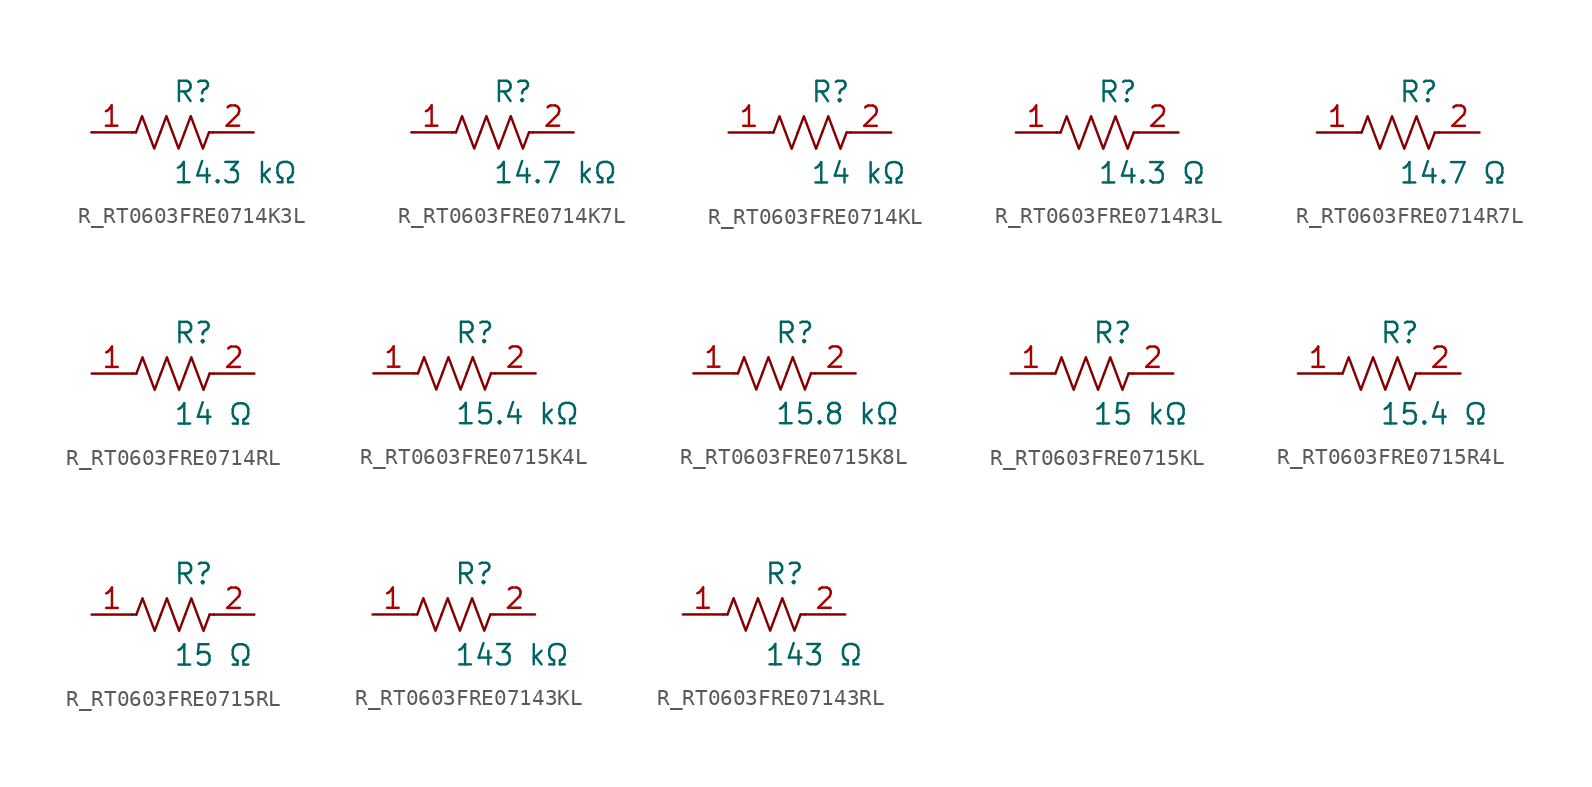
<source format=kicad_sym>
(kicad_symbol_lib
  (version 20231120)
  (generator kicad_symbol_editor)
  (generator_version 8.0)
  (symbol "R_RT0603FRE0714K3L"
    (pin_names
      (offset 0.254))
    (property "Reference" "R"
      (at 0.0 2.54 0)
      (effects (font (size 1.27 1.27)) (justify left)))
    (property "Value" "14.3 kΩ"
      (at 0.0 -2.54 0)
      (effects (font (size 1.27 1.27)) (justify left)))
    (symbol "R_RT0603FRE0714K3L_0_1"
      (polyline (pts (xy 2.286 0) (xy 2.54 0)) (stroke (width 0) (type default)) (fill (type none)))
      (polyline (pts (xy -2.286 0) (xy -2.54 0)) (stroke (width 0) (type default)) (fill (type none)))
      (polyline (pts (xy 0.762 0) (xy 1.143 1.016) (xy 1.524 0) (xy 1.905 -1.016) (xy 2.286 0)) (stroke (width 0) (type default)) (fill (type none)))
      (polyline (pts (xy -0.762 0) (xy -0.381 1.016) (xy 0 0) (xy 0.381 -1.016) (xy 0.762 0)) (stroke (width 0) (type default)) (fill (type none)))
      (polyline (pts (xy -2.286 0) (xy -1.905 1.016) (xy -1.524 0) (xy -1.143 -1.016) (xy -0.762 0)) (stroke (width 0) (type default)) (fill (type none))))
    (pin unspecified line
      (at -5.08 0 0)
      (length 2.54)
      (name "" (effects (font (size 1.27 1.27))))
      (number "1" (effects (font (size 1.27 1.27)))))
    (pin unspecified line
      (at 5.08 0 180)
      (length 2.54)
      (name "" (effects (font (size 1.27 1.27))))
      (number "2" (effects (font (size 1.27 1.27))))))
  (symbol "R_RT0603FRE0714K7L"
    (pin_names
      (offset 0.254))
    (property "Reference" "R"
      (at 0.0 2.54 0)
      (effects (font (size 1.27 1.27)) (justify left)))
    (property "Value" "14.7 kΩ"
      (at 0.0 -2.54 0)
      (effects (font (size 1.27 1.27)) (justify left)))
    (symbol "R_RT0603FRE0714K7L_0_1"
      (polyline (pts (xy 2.286 0) (xy 2.54 0)) (stroke (width 0) (type default)) (fill (type none)))
      (polyline (pts (xy -2.286 0) (xy -2.54 0)) (stroke (width 0) (type default)) (fill (type none)))
      (polyline (pts (xy 0.762 0) (xy 1.143 1.016) (xy 1.524 0) (xy 1.905 -1.016) (xy 2.286 0)) (stroke (width 0) (type default)) (fill (type none)))
      (polyline (pts (xy -0.762 0) (xy -0.381 1.016) (xy 0 0) (xy 0.381 -1.016) (xy 0.762 0)) (stroke (width 0) (type default)) (fill (type none)))
      (polyline (pts (xy -2.286 0) (xy -1.905 1.016) (xy -1.524 0) (xy -1.143 -1.016) (xy -0.762 0)) (stroke (width 0) (type default)) (fill (type none))))
    (pin unspecified line
      (at -5.08 0 0)
      (length 2.54)
      (name "" (effects (font (size 1.27 1.27))))
      (number "1" (effects (font (size 1.27 1.27)))))
    (pin unspecified line
      (at 5.08 0 180)
      (length 2.54)
      (name "" (effects (font (size 1.27 1.27))))
      (number "2" (effects (font (size 1.27 1.27))))))
  (symbol "R_RT0603FRE0714KL"
    (pin_names
      (offset 0.254))
    (property "Reference" "R"
      (at 0.0 2.54 0)
      (effects (font (size 1.27 1.27)) (justify left)))
    (property "Value" "14 kΩ"
      (at 0.0 -2.54 0)
      (effects (font (size 1.27 1.27)) (justify left)))
    (symbol "R_RT0603FRE0714KL_0_1"
      (polyline (pts (xy 2.286 0) (xy 2.54 0)) (stroke (width 0) (type default)) (fill (type none)))
      (polyline (pts (xy -2.286 0) (xy -2.54 0)) (stroke (width 0) (type default)) (fill (type none)))
      (polyline (pts (xy 0.762 0) (xy 1.143 1.016) (xy 1.524 0) (xy 1.905 -1.016) (xy 2.286 0)) (stroke (width 0) (type default)) (fill (type none)))
      (polyline (pts (xy -0.762 0) (xy -0.381 1.016) (xy 0 0) (xy 0.381 -1.016) (xy 0.762 0)) (stroke (width 0) (type default)) (fill (type none)))
      (polyline (pts (xy -2.286 0) (xy -1.905 1.016) (xy -1.524 0) (xy -1.143 -1.016) (xy -0.762 0)) (stroke (width 0) (type default)) (fill (type none))))
    (pin unspecified line
      (at -5.08 0 0)
      (length 2.54)
      (name "" (effects (font (size 1.27 1.27))))
      (number "1" (effects (font (size 1.27 1.27)))))
    (pin unspecified line
      (at 5.08 0 180)
      (length 2.54)
      (name "" (effects (font (size 1.27 1.27))))
      (number "2" (effects (font (size 1.27 1.27))))))
  (symbol "R_RT0603FRE0714R3L"
    (pin_names
      (offset 0.254))
    (property "Reference" "R"
      (at 0.0 2.54 0)
      (effects (font (size 1.27 1.27)) (justify left)))
    (property "Value" "14.3 Ω"
      (at 0.0 -2.54 0)
      (effects (font (size 1.27 1.27)) (justify left)))
    (symbol "R_RT0603FRE0714R3L_0_1"
      (polyline (pts (xy 2.286 0) (xy 2.54 0)) (stroke (width 0) (type default)) (fill (type none)))
      (polyline (pts (xy -2.286 0) (xy -2.54 0)) (stroke (width 0) (type default)) (fill (type none)))
      (polyline (pts (xy 0.762 0) (xy 1.143 1.016) (xy 1.524 0) (xy 1.905 -1.016) (xy 2.286 0)) (stroke (width 0) (type default)) (fill (type none)))
      (polyline (pts (xy -0.762 0) (xy -0.381 1.016) (xy 0 0) (xy 0.381 -1.016) (xy 0.762 0)) (stroke (width 0) (type default)) (fill (type none)))
      (polyline (pts (xy -2.286 0) (xy -1.905 1.016) (xy -1.524 0) (xy -1.143 -1.016) (xy -0.762 0)) (stroke (width 0) (type default)) (fill (type none))))
    (pin unspecified line
      (at -5.08 0 0)
      (length 2.54)
      (name "" (effects (font (size 1.27 1.27))))
      (number "1" (effects (font (size 1.27 1.27)))))
    (pin unspecified line
      (at 5.08 0 180)
      (length 2.54)
      (name "" (effects (font (size 1.27 1.27))))
      (number "2" (effects (font (size 1.27 1.27))))))
  (symbol "R_RT0603FRE0714R7L"
    (pin_names
      (offset 0.254))
    (property "Reference" "R"
      (at 0.0 2.54 0)
      (effects (font (size 1.27 1.27)) (justify left)))
    (property "Value" "14.7 Ω"
      (at 0.0 -2.54 0)
      (effects (font (size 1.27 1.27)) (justify left)))
    (symbol "R_RT0603FRE0714R7L_0_1"
      (polyline (pts (xy 2.286 0) (xy 2.54 0)) (stroke (width 0) (type default)) (fill (type none)))
      (polyline (pts (xy -2.286 0) (xy -2.54 0)) (stroke (width 0) (type default)) (fill (type none)))
      (polyline (pts (xy 0.762 0) (xy 1.143 1.016) (xy 1.524 0) (xy 1.905 -1.016) (xy 2.286 0)) (stroke (width 0) (type default)) (fill (type none)))
      (polyline (pts (xy -0.762 0) (xy -0.381 1.016) (xy 0 0) (xy 0.381 -1.016) (xy 0.762 0)) (stroke (width 0) (type default)) (fill (type none)))
      (polyline (pts (xy -2.286 0) (xy -1.905 1.016) (xy -1.524 0) (xy -1.143 -1.016) (xy -0.762 0)) (stroke (width 0) (type default)) (fill (type none))))
    (pin unspecified line
      (at -5.08 0 0)
      (length 2.54)
      (name "" (effects (font (size 1.27 1.27))))
      (number "1" (effects (font (size 1.27 1.27)))))
    (pin unspecified line
      (at 5.08 0 180)
      (length 2.54)
      (name "" (effects (font (size 1.27 1.27))))
      (number "2" (effects (font (size 1.27 1.27))))))
  (symbol "R_RT0603FRE0714RL"
    (pin_names
      (offset 0.254))
    (property "Reference" "R"
      (at 0.0 2.54 0)
      (effects (font (size 1.27 1.27)) (justify left)))
    (property "Value" "14 Ω"
      (at 0.0 -2.54 0)
      (effects (font (size 1.27 1.27)) (justify left)))
    (symbol "R_RT0603FRE0714RL_0_1"
      (polyline (pts (xy 2.286 0) (xy 2.54 0)) (stroke (width 0) (type default)) (fill (type none)))
      (polyline (pts (xy -2.286 0) (xy -2.54 0)) (stroke (width 0) (type default)) (fill (type none)))
      (polyline (pts (xy 0.762 0) (xy 1.143 1.016) (xy 1.524 0) (xy 1.905 -1.016) (xy 2.286 0)) (stroke (width 0) (type default)) (fill (type none)))
      (polyline (pts (xy -0.762 0) (xy -0.381 1.016) (xy 0 0) (xy 0.381 -1.016) (xy 0.762 0)) (stroke (width 0) (type default)) (fill (type none)))
      (polyline (pts (xy -2.286 0) (xy -1.905 1.016) (xy -1.524 0) (xy -1.143 -1.016) (xy -0.762 0)) (stroke (width 0) (type default)) (fill (type none))))
    (pin unspecified line
      (at -5.08 0 0)
      (length 2.54)
      (name "" (effects (font (size 1.27 1.27))))
      (number "1" (effects (font (size 1.27 1.27)))))
    (pin unspecified line
      (at 5.08 0 180)
      (length 2.54)
      (name "" (effects (font (size 1.27 1.27))))
      (number "2" (effects (font (size 1.27 1.27))))))
  (symbol "R_RT0603FRE0715K4L"
    (pin_names
      (offset 0.254))
    (property "Reference" "R"
      (at 0.0 2.54 0)
      (effects (font (size 1.27 1.27)) (justify left)))
    (property "Value" "15.4 kΩ"
      (at 0.0 -2.54 0)
      (effects (font (size 1.27 1.27)) (justify left)))
    (symbol "R_RT0603FRE0715K4L_0_1"
      (polyline (pts (xy 2.286 0) (xy 2.54 0)) (stroke (width 0) (type default)) (fill (type none)))
      (polyline (pts (xy -2.286 0) (xy -2.54 0)) (stroke (width 0) (type default)) (fill (type none)))
      (polyline (pts (xy 0.762 0) (xy 1.143 1.016) (xy 1.524 0) (xy 1.905 -1.016) (xy 2.286 0)) (stroke (width 0) (type default)) (fill (type none)))
      (polyline (pts (xy -0.762 0) (xy -0.381 1.016) (xy 0 0) (xy 0.381 -1.016) (xy 0.762 0)) (stroke (width 0) (type default)) (fill (type none)))
      (polyline (pts (xy -2.286 0) (xy -1.905 1.016) (xy -1.524 0) (xy -1.143 -1.016) (xy -0.762 0)) (stroke (width 0) (type default)) (fill (type none))))
    (pin unspecified line
      (at -5.08 0 0)
      (length 2.54)
      (name "" (effects (font (size 1.27 1.27))))
      (number "1" (effects (font (size 1.27 1.27)))))
    (pin unspecified line
      (at 5.08 0 180)
      (length 2.54)
      (name "" (effects (font (size 1.27 1.27))))
      (number "2" (effects (font (size 1.27 1.27))))))
  (symbol "R_RT0603FRE0715K8L"
    (pin_names
      (offset 0.254))
    (property "Reference" "R"
      (at 0.0 2.54 0)
      (effects (font (size 1.27 1.27)) (justify left)))
    (property "Value" "15.8 kΩ"
      (at 0.0 -2.54 0)
      (effects (font (size 1.27 1.27)) (justify left)))
    (symbol "R_RT0603FRE0715K8L_0_1"
      (polyline (pts (xy 2.286 0) (xy 2.54 0)) (stroke (width 0) (type default)) (fill (type none)))
      (polyline (pts (xy -2.286 0) (xy -2.54 0)) (stroke (width 0) (type default)) (fill (type none)))
      (polyline (pts (xy 0.762 0) (xy 1.143 1.016) (xy 1.524 0) (xy 1.905 -1.016) (xy 2.286 0)) (stroke (width 0) (type default)) (fill (type none)))
      (polyline (pts (xy -0.762 0) (xy -0.381 1.016) (xy 0 0) (xy 0.381 -1.016) (xy 0.762 0)) (stroke (width 0) (type default)) (fill (type none)))
      (polyline (pts (xy -2.286 0) (xy -1.905 1.016) (xy -1.524 0) (xy -1.143 -1.016) (xy -0.762 0)) (stroke (width 0) (type default)) (fill (type none))))
    (pin unspecified line
      (at -5.08 0 0)
      (length 2.54)
      (name "" (effects (font (size 1.27 1.27))))
      (number "1" (effects (font (size 1.27 1.27)))))
    (pin unspecified line
      (at 5.08 0 180)
      (length 2.54)
      (name "" (effects (font (size 1.27 1.27))))
      (number "2" (effects (font (size 1.27 1.27))))))
  (symbol "R_RT0603FRE0715KL"
    (pin_names
      (offset 0.254))
    (property "Reference" "R"
      (at 0.0 2.54 0)
      (effects (font (size 1.27 1.27)) (justify left)))
    (property "Value" "15 kΩ"
      (at 0.0 -2.54 0)
      (effects (font (size 1.27 1.27)) (justify left)))
    (symbol "R_RT0603FRE0715KL_0_1"
      (polyline (pts (xy 2.286 0) (xy 2.54 0)) (stroke (width 0) (type default)) (fill (type none)))
      (polyline (pts (xy -2.286 0) (xy -2.54 0)) (stroke (width 0) (type default)) (fill (type none)))
      (polyline (pts (xy 0.762 0) (xy 1.143 1.016) (xy 1.524 0) (xy 1.905 -1.016) (xy 2.286 0)) (stroke (width 0) (type default)) (fill (type none)))
      (polyline (pts (xy -0.762 0) (xy -0.381 1.016) (xy 0 0) (xy 0.381 -1.016) (xy 0.762 0)) (stroke (width 0) (type default)) (fill (type none)))
      (polyline (pts (xy -2.286 0) (xy -1.905 1.016) (xy -1.524 0) (xy -1.143 -1.016) (xy -0.762 0)) (stroke (width 0) (type default)) (fill (type none))))
    (pin unspecified line
      (at -5.08 0 0)
      (length 2.54)
      (name "" (effects (font (size 1.27 1.27))))
      (number "1" (effects (font (size 1.27 1.27)))))
    (pin unspecified line
      (at 5.08 0 180)
      (length 2.54)
      (name "" (effects (font (size 1.27 1.27))))
      (number "2" (effects (font (size 1.27 1.27))))))
  (symbol "R_RT0603FRE0715R4L"
    (pin_names
      (offset 0.254))
    (property "Reference" "R"
      (at 0.0 2.54 0)
      (effects (font (size 1.27 1.27)) (justify left)))
    (property "Value" "15.4 Ω"
      (at 0.0 -2.54 0)
      (effects (font (size 1.27 1.27)) (justify left)))
    (symbol "R_RT0603FRE0715R4L_0_1"
      (polyline (pts (xy 2.286 0) (xy 2.54 0)) (stroke (width 0) (type default)) (fill (type none)))
      (polyline (pts (xy -2.286 0) (xy -2.54 0)) (stroke (width 0) (type default)) (fill (type none)))
      (polyline (pts (xy 0.762 0) (xy 1.143 1.016) (xy 1.524 0) (xy 1.905 -1.016) (xy 2.286 0)) (stroke (width 0) (type default)) (fill (type none)))
      (polyline (pts (xy -0.762 0) (xy -0.381 1.016) (xy 0 0) (xy 0.381 -1.016) (xy 0.762 0)) (stroke (width 0) (type default)) (fill (type none)))
      (polyline (pts (xy -2.286 0) (xy -1.905 1.016) (xy -1.524 0) (xy -1.143 -1.016) (xy -0.762 0)) (stroke (width 0) (type default)) (fill (type none))))
    (pin unspecified line
      (at -5.08 0 0)
      (length 2.54)
      (name "" (effects (font (size 1.27 1.27))))
      (number "1" (effects (font (size 1.27 1.27)))))
    (pin unspecified line
      (at 5.08 0 180)
      (length 2.54)
      (name "" (effects (font (size 1.27 1.27))))
      (number "2" (effects (font (size 1.27 1.27))))))
  (symbol "R_RT0603FRE0715RL"
    (pin_names
      (offset 0.254))
    (property "Reference" "R"
      (at 0.0 2.54 0)
      (effects (font (size 1.27 1.27)) (justify left)))
    (property "Value" "15 Ω"
      (at 0.0 -2.54 0)
      (effects (font (size 1.27 1.27)) (justify left)))
    (symbol "R_RT0603FRE0715RL_0_1"
      (polyline (pts (xy 2.286 0) (xy 2.54 0)) (stroke (width 0) (type default)) (fill (type none)))
      (polyline (pts (xy -2.286 0) (xy -2.54 0)) (stroke (width 0) (type default)) (fill (type none)))
      (polyline (pts (xy 0.762 0) (xy 1.143 1.016) (xy 1.524 0) (xy 1.905 -1.016) (xy 2.286 0)) (stroke (width 0) (type default)) (fill (type none)))
      (polyline (pts (xy -0.762 0) (xy -0.381 1.016) (xy 0 0) (xy 0.381 -1.016) (xy 0.762 0)) (stroke (width 0) (type default)) (fill (type none)))
      (polyline (pts (xy -2.286 0) (xy -1.905 1.016) (xy -1.524 0) (xy -1.143 -1.016) (xy -0.762 0)) (stroke (width 0) (type default)) (fill (type none))))
    (pin unspecified line
      (at -5.08 0 0)
      (length 2.54)
      (name "" (effects (font (size 1.27 1.27))))
      (number "1" (effects (font (size 1.27 1.27)))))
    (pin unspecified line
      (at 5.08 0 180)
      (length 2.54)
      (name "" (effects (font (size 1.27 1.27))))
      (number "2" (effects (font (size 1.27 1.27))))))
  (symbol "R_RT0603FRE07143KL"
    (pin_names
      (offset 0.254))
    (property "Reference" "R"
      (at 0.0 2.54 0)
      (effects (font (size 1.27 1.27)) (justify left)))
    (property "Value" "143 kΩ"
      (at 0.0 -2.54 0)
      (effects (font (size 1.27 1.27)) (justify left)))
    (symbol "R_RT0603FRE07143KL_0_1"
      (polyline (pts (xy 2.286 0) (xy 2.54 0)) (stroke (width 0) (type default)) (fill (type none)))
      (polyline (pts (xy -2.286 0) (xy -2.54 0)) (stroke (width 0) (type default)) (fill (type none)))
      (polyline (pts (xy 0.762 0) (xy 1.143 1.016) (xy 1.524 0) (xy 1.905 -1.016) (xy 2.286 0)) (stroke (width 0) (type default)) (fill (type none)))
      (polyline (pts (xy -0.762 0) (xy -0.381 1.016) (xy 0 0) (xy 0.381 -1.016) (xy 0.762 0)) (stroke (width 0) (type default)) (fill (type none)))
      (polyline (pts (xy -2.286 0) (xy -1.905 1.016) (xy -1.524 0) (xy -1.143 -1.016) (xy -0.762 0)) (stroke (width 0) (type default)) (fill (type none))))
    (pin unspecified line
      (at -5.08 0 0)
      (length 2.54)
      (name "" (effects (font (size 1.27 1.27))))
      (number "1" (effects (font (size 1.27 1.27)))))
    (pin unspecified line
      (at 5.08 0 180)
      (length 2.54)
      (name "" (effects (font (size 1.27 1.27))))
      (number "2" (effects (font (size 1.27 1.27))))))
  (symbol "R_RT0603FRE07143RL"
    (pin_names
      (offset 0.254))
    (property "Reference" "R"
      (at 0.0 2.54 0)
      (effects (font (size 1.27 1.27)) (justify left)))
    (property "Value" "143 Ω"
      (at 0.0 -2.54 0)
      (effects (font (size 1.27 1.27)) (justify left)))
    (symbol "R_RT0603FRE07143RL_0_1"
      (polyline (pts (xy 2.286 0) (xy 2.54 0)) (stroke (width 0) (type default)) (fill (type none)))
      (polyline (pts (xy -2.286 0) (xy -2.54 0)) (stroke (width 0) (type default)) (fill (type none)))
      (polyline (pts (xy 0.762 0) (xy 1.143 1.016) (xy 1.524 0) (xy 1.905 -1.016) (xy 2.286 0)) (stroke (width 0) (type default)) (fill (type none)))
      (polyline (pts (xy -0.762 0) (xy -0.381 1.016) (xy 0 0) (xy 0.381 -1.016) (xy 0.762 0)) (stroke (width 0) (type default)) (fill (type none)))
      (polyline (pts (xy -2.286 0) (xy -1.905 1.016) (xy -1.524 0) (xy -1.143 -1.016) (xy -0.762 0)) (stroke (width 0) (type default)) (fill (type none))))
    (pin unspecified line
      (at -5.08 0 0)
      (length 2.54)
      (name "" (effects (font (size 1.27 1.27))))
      (number "1" (effects (font (size 1.27 1.27)))))
    (pin unspecified line
      (at 5.08 0 180)
      (length 2.54)
      (name "" (effects (font (size 1.27 1.27))))
      (number "2" (effects (font (size 1.27 1.27)))))))
</source>
